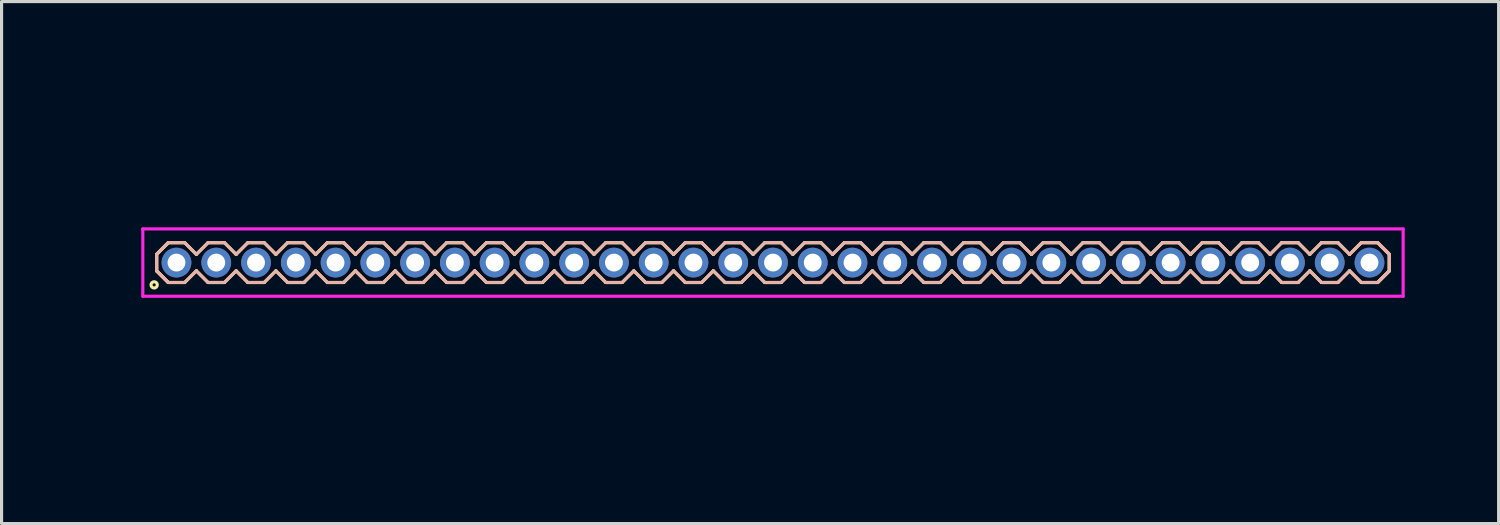
<source format=kicad_pcb>
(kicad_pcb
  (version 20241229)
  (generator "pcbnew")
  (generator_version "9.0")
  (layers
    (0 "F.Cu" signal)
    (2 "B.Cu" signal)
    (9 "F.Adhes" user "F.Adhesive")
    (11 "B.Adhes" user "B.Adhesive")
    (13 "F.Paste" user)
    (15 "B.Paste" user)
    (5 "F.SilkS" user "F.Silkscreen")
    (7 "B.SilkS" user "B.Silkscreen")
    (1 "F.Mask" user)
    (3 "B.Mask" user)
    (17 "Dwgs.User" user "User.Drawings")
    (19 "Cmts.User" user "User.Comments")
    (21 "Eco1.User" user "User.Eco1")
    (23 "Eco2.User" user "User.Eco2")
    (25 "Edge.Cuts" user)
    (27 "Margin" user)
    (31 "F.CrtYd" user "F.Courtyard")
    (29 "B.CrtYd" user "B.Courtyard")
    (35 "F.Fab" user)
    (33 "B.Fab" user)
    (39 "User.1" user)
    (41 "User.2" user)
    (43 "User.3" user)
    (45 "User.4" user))
  (footprint "HDR127P31x1"
    (layer "F.Cu")
    (at 21.636 5.336)
    (property "Reference" "HDR127P31x1" (at -20.875 0 90) (layer "User.1") (effects (font (size 1 1) (thickness 0.1))))
    (attr through_hole)
    (fp_line (start -19.685 -0.263) (end -19.313 -0.635) (stroke (width 0.1) (type solid)) (layer "F.SilkS"))
    (fp_line (start -19.685 -0.263) (end -19.313 -0.635) (stroke (width 0.1) (type solid)) (layer "F.SilkS"))
    (fp_line (start -19.685 0.263) (end -19.685 -0.263) (stroke (width 0.1) (type solid)) (layer "F.SilkS"))
    (fp_line (start -19.685 0.263) (end -19.685 -0.263) (stroke (width 0.1) (type solid)) (layer "F.SilkS"))
    (fp_line (start -19.313 -0.635) (end -18.787 -0.635) (stroke (width 0.1) (type solid)) (layer "F.SilkS"))
    (fp_line (start -19.313 0.635) (end -19.685 0.263) (stroke (width 0.1) (type solid)) (layer "F.SilkS"))
    (fp_line (start -19.313 0.635) (end -19.685 0.263) (stroke (width 0.1) (type solid)) (layer "F.SilkS"))
    (fp_line (start -18.787 -0.635) (end -18.415 -0.263) (stroke (width 0.1) (type solid)) (layer "F.SilkS"))
    (fp_line (start -18.787 0.635) (end -19.313 0.635) (stroke (width 0.1) (type solid)) (layer "F.SilkS"))
    (fp_line (start -18.415 -0.263) (end -18.043 -0.635) (stroke (width 0.1) (type solid)) (layer "F.SilkS"))
    (fp_line (start -18.415 0.263) (end -18.787 0.635) (stroke (width 0.1) (type solid)) (layer "F.SilkS"))
    (fp_line (start -18.043 -0.635) (end -17.517 -0.635) (stroke (width 0.1) (type solid)) (layer "F.SilkS"))
    (fp_line (start -18.043 0.635) (end -18.415 0.263) (stroke (width 0.1) (type solid)) (layer "F.SilkS"))
    (fp_line (start -17.517 -0.635) (end -17.145 -0.263) (stroke (width 0.1) (type solid)) (layer "F.SilkS"))
    (fp_line (start -17.517 0.635) (end -18.043 0.635) (stroke (width 0.1) (type solid)) (layer "F.SilkS"))
    (fp_line (start -17.145 -0.263) (end -16.773 -0.635) (stroke (width 0.1) (type solid)) (layer "F.SilkS"))
    (fp_line (start -17.145 0.263) (end -17.517 0.635) (stroke (width 0.1) (type solid)) (layer "F.SilkS"))
    (fp_line (start -16.773 -0.635) (end -16.247 -0.635) (stroke (width 0.1) (type solid)) (layer "F.SilkS"))
    (fp_line (start -16.773 0.635) (end -17.145 0.263) (stroke (width 0.1) (type solid)) (layer "F.SilkS"))
    (fp_line (start -16.247 -0.635) (end -15.875 -0.263) (stroke (width 0.1) (type solid)) (layer "F.SilkS"))
    (fp_line (start -16.247 0.635) (end -16.773 0.635) (stroke (width 0.1) (type solid)) (layer "F.SilkS"))
    (fp_line (start -15.875 -0.263) (end -15.503 -0.635) (stroke (width 0.1) (type solid)) (layer "F.SilkS"))
    (fp_line (start -15.875 0.263) (end -16.247 0.635) (stroke (width 0.1) (type solid)) (layer "F.SilkS"))
    (fp_line (start -15.503 -0.635) (end -14.977 -0.635) (stroke (width 0.1) (type solid)) (layer "F.SilkS"))
    (fp_line (start -15.503 0.635) (end -15.875 0.263) (stroke (width 0.1) (type solid)) (layer "F.SilkS"))
    (fp_line (start -14.977 -0.635) (end -14.605 -0.263) (stroke (width 0.1) (type solid)) (layer "F.SilkS"))
    (fp_line (start -14.977 0.635) (end -15.503 0.635) (stroke (width 0.1) (type solid)) (layer "F.SilkS"))
    (fp_line (start -14.605 -0.263) (end -14.233 -0.635) (stroke (width 0.1) (type solid)) (layer "F.SilkS"))
    (fp_line (start -14.605 0.263) (end -14.977 0.635) (stroke (width 0.1) (type solid)) (layer "F.SilkS"))
    (fp_line (start -14.233 -0.635) (end -13.707 -0.635) (stroke (width 0.1) (type solid)) (layer "F.SilkS"))
    (fp_line (start -14.233 0.635) (end -14.605 0.263) (stroke (width 0.1) (type solid)) (layer "F.SilkS"))
    (fp_line (start -13.707 -0.635) (end -13.335 -0.263) (stroke (width 0.1) (type solid)) (layer "F.SilkS"))
    (fp_line (start -13.707 0.635) (end -14.233 0.635) (stroke (width 0.1) (type solid)) (layer "F.SilkS"))
    (fp_line (start -13.335 -0.263) (end -12.963 -0.635) (stroke (width 0.1) (type solid)) (layer "F.SilkS"))
    (fp_line (start -13.335 0.263) (end -13.707 0.635) (stroke (width 0.1) (type solid)) (layer "F.SilkS"))
    (fp_line (start -12.963 -0.635) (end -12.437 -0.635) (stroke (width 0.1) (type solid)) (layer "F.SilkS"))
    (fp_line (start -12.963 0.635) (end -13.335 0.263) (stroke (width 0.1) (type solid)) (layer "F.SilkS"))
    (fp_line (start -12.437 -0.635) (end -12.065 -0.263) (stroke (width 0.1) (type solid)) (layer "F.SilkS"))
    (fp_line (start -12.437 0.635) (end -12.963 0.635) (stroke (width 0.1) (type solid)) (layer "F.SilkS"))
    (fp_line (start -12.065 -0.263) (end -11.693 -0.635) (stroke (width 0.1) (type solid)) (layer "F.SilkS"))
    (fp_line (start -12.065 0.263) (end -12.437 0.635) (stroke (width 0.1) (type solid)) (layer "F.SilkS"))
    (fp_line (start -11.693 -0.635) (end -11.167 -0.635) (stroke (width 0.1) (type solid)) (layer "F.SilkS"))
    (fp_line (start -11.693 0.635) (end -12.065 0.263) (stroke (width 0.1) (type solid)) (layer "F.SilkS"))
    (fp_line (start -11.167 -0.635) (end -10.795 -0.263) (stroke (width 0.1) (type solid)) (layer "F.SilkS"))
    (fp_line (start -11.167 0.635) (end -11.693 0.635) (stroke (width 0.1) (type solid)) (layer "F.SilkS"))
    (fp_line (start -10.795 -0.263) (end -10.423 -0.635) (stroke (width 0.1) (type solid)) (layer "F.SilkS"))
    (fp_line (start -10.795 0.263) (end -11.167 0.635) (stroke (width 0.1) (type solid)) (layer "F.SilkS"))
    (fp_line (start -10.423 -0.635) (end -9.897 -0.635) (stroke (width 0.1) (type solid)) (layer "F.SilkS"))
    (fp_line (start -10.423 0.635) (end -10.795 0.263) (stroke (width 0.1) (type solid)) (layer "F.SilkS"))
    (fp_line (start -9.897 -0.635) (end -9.525 -0.263) (stroke (width 0.1) (type solid)) (layer "F.SilkS"))
    (fp_line (start -9.897 0.635) (end -10.423 0.635) (stroke (width 0.1) (type solid)) (layer "F.SilkS"))
    (fp_line (start -9.525 -0.263) (end -9.153 -0.635) (stroke (width 0.1) (type solid)) (layer "F.SilkS"))
    (fp_line (start -9.525 0.263) (end -9.897 0.635) (stroke (width 0.1) (type solid)) (layer "F.SilkS"))
    (fp_line (start -9.153 -0.635) (end -8.627 -0.635) (stroke (width 0.1) (type solid)) (layer "F.SilkS"))
    (fp_line (start -9.153 0.635) (end -9.525 0.263) (stroke (width 0.1) (type solid)) (layer "F.SilkS"))
    (fp_line (start -8.627 -0.635) (end -8.255 -0.263) (stroke (width 0.1) (type solid)) (layer "F.SilkS"))
    (fp_line (start -8.627 0.635) (end -9.153 0.635) (stroke (width 0.1) (type solid)) (layer "F.SilkS"))
    (fp_line (start -8.255 -0.263) (end -7.883 -0.635) (stroke (width 0.1) (type solid)) (layer "F.SilkS"))
    (fp_line (start -8.255 0.263) (end -8.627 0.635) (stroke (width 0.1) (type solid)) (layer "F.SilkS"))
    (fp_line (start -7.883 -0.635) (end -7.357 -0.635) (stroke (width 0.1) (type solid)) (layer "F.SilkS"))
    (fp_line (start -7.883 0.635) (end -8.255 0.263) (stroke (width 0.1) (type solid)) (layer "F.SilkS"))
    (fp_line (start -7.357 -0.635) (end -6.985 -0.263) (stroke (width 0.1) (type solid)) (layer "F.SilkS"))
    (fp_line (start -7.357 0.635) (end -7.883 0.635) (stroke (width 0.1) (type solid)) (layer "F.SilkS"))
    (fp_line (start -6.985 -0.263) (end -6.613 -0.635) (stroke (width 0.1) (type solid)) (layer "F.SilkS"))
    (fp_line (start -6.985 0.263) (end -7.357 0.635) (stroke (width 0.1) (type solid)) (layer "F.SilkS"))
    (fp_line (start -6.613 -0.635) (end -6.087 -0.635) (stroke (width 0.1) (type solid)) (layer "F.SilkS"))
    (fp_line (start -6.613 0.635) (end -6.985 0.263) (stroke (width 0.1) (type solid)) (layer "F.SilkS"))
    (fp_line (start -6.087 -0.635) (end -5.715 -0.263) (stroke (width 0.1) (type solid)) (layer "F.SilkS"))
    (fp_line (start -6.087 0.635) (end -6.613 0.635) (stroke (width 0.1) (type solid)) (layer "F.SilkS"))
    (fp_line (start -5.715 -0.263) (end -5.343 -0.635) (stroke (width 0.1) (type solid)) (layer "F.SilkS"))
    (fp_line (start -5.715 0.263) (end -6.087 0.635) (stroke (width 0.1) (type solid)) (layer "F.SilkS"))
    (fp_line (start -5.343 -0.635) (end -4.817 -0.635) (stroke (width 0.1) (type solid)) (layer "F.SilkS"))
    (fp_line (start -5.343 0.635) (end -5.715 0.263) (stroke (width 0.1) (type solid)) (layer "F.SilkS"))
    (fp_line (start -4.817 -0.635) (end -4.445 -0.263) (stroke (width 0.1) (type solid)) (layer "F.SilkS"))
    (fp_line (start -4.817 0.635) (end -5.343 0.635) (stroke (width 0.1) (type solid)) (layer "F.SilkS"))
    (fp_line (start -4.445 -0.263) (end -4.073 -0.635) (stroke (width 0.1) (type solid)) (layer "F.SilkS"))
    (fp_line (start -4.445 0.263) (end -4.817 0.635) (stroke (width 0.1) (type solid)) (layer "F.SilkS"))
    (fp_line (start -4.073 -0.635) (end -3.547 -0.635) (stroke (width 0.1) (type solid)) (layer "F.SilkS"))
    (fp_line (start -4.073 0.635) (end -4.445 0.263) (stroke (width 0.1) (type solid)) (layer "F.SilkS"))
    (fp_line (start -3.547 -0.635) (end -3.175 -0.263) (stroke (width 0.1) (type solid)) (layer "F.SilkS"))
    (fp_line (start -3.547 0.635) (end -4.073 0.635) (stroke (width 0.1) (type solid)) (layer "F.SilkS"))
    (fp_line (start -3.175 -0.263) (end -2.803 -0.635) (stroke (width 0.1) (type solid)) (layer "F.SilkS"))
    (fp_line (start -3.175 0.263) (end -3.547 0.635) (stroke (width 0.1) (type solid)) (layer "F.SilkS"))
    (fp_line (start -2.803 -0.635) (end -2.277 -0.635) (stroke (width 0.1) (type solid)) (layer "F.SilkS"))
    (fp_line (start -2.803 0.635) (end -3.175 0.263) (stroke (width 0.1) (type solid)) (layer "F.SilkS"))
    (fp_line (start -2.277 -0.635) (end -1.905 -0.263) (stroke (width 0.1) (type solid)) (layer "F.SilkS"))
    (fp_line (start -2.277 0.635) (end -2.803 0.635) (stroke (width 0.1) (type solid)) (layer "F.SilkS"))
    (fp_line (start -1.905 -0.263) (end -1.533 -0.635) (stroke (width 0.1) (type solid)) (layer "F.SilkS"))
    (fp_line (start -1.905 0.263) (end -2.277 0.635) (stroke (width 0.1) (type solid)) (layer "F.SilkS"))
    (fp_line (start -1.533 -0.635) (end -1.007 -0.635) (stroke (width 0.1) (type solid)) (layer "F.SilkS"))
    (fp_line (start -1.533 0.635) (end -1.905 0.263) (stroke (width 0.1) (type solid)) (layer "F.SilkS"))
    (fp_line (start -1.007 -0.635) (end -0.635 -0.263) (stroke (width 0.1) (type solid)) (layer "F.SilkS"))
    (fp_line (start -1.007 0.635) (end -1.533 0.635) (stroke (width 0.1) (type solid)) (layer "F.SilkS"))
    (fp_line (start -0.635 -0.263) (end -0.263 -0.635) (stroke (width 0.1) (type solid)) (layer "F.SilkS"))
    (fp_line (start -0.635 0.263) (end -1.007 0.635) (stroke (width 0.1) (type solid)) (layer "F.SilkS"))
    (fp_line (start -0.263 -0.635) (end 0.263 -0.635) (stroke (width 0.1) (type solid)) (layer "F.SilkS"))
    (fp_line (start -0.263 0.635) (end -0.635 0.263) (stroke (width 0.1) (type solid)) (layer "F.SilkS"))
    (fp_line (start 0.263 -0.635) (end 0.635 -0.263) (stroke (width 0.1) (type solid)) (layer "F.SilkS"))
    (fp_line (start 0.263 0.635) (end -0.263 0.635) (stroke (width 0.1) (type solid)) (layer "F.SilkS"))
    (fp_line (start 0.635 -0.263) (end 1.007 -0.635) (stroke (width 0.1) (type solid)) (layer "F.SilkS"))
    (fp_line (start 0.635 0.263) (end 0.263 0.635) (stroke (width 0.1) (type solid)) (layer "F.SilkS"))
    (fp_line (start 1.007 -0.635) (end 1.533 -0.635) (stroke (width 0.1) (type solid)) (layer "F.SilkS"))
    (fp_line (start 1.007 0.635) (end 0.635 0.263) (stroke (width 0.1) (type solid)) (layer "F.SilkS"))
    (fp_line (start 1.533 -0.635) (end 1.905 -0.263) (stroke (width 0.1) (type solid)) (layer "F.SilkS"))
    (fp_line (start 1.533 0.635) (end 1.007 0.635) (stroke (width 0.1) (type solid)) (layer "F.SilkS"))
    (fp_line (start 1.905 -0.263) (end 2.277 -0.635) (stroke (width 0.1) (type solid)) (layer "F.SilkS"))
    (fp_line (start 1.905 0.263) (end 1.533 0.635) (stroke (width 0.1) (type solid)) (layer "F.SilkS"))
    (fp_line (start 2.277 -0.635) (end 2.803 -0.635) (stroke (width 0.1) (type solid)) (layer "F.SilkS"))
    (fp_line (start 2.277 0.635) (end 1.905 0.263) (stroke (width 0.1) (type solid)) (layer "F.SilkS"))
    (fp_line (start 2.803 -0.635) (end 3.175 -0.263) (stroke (width 0.1) (type solid)) (layer "F.SilkS"))
    (fp_line (start 2.803 0.635) (end 2.277 0.635) (stroke (width 0.1) (type solid)) (layer "F.SilkS"))
    (fp_line (start 3.175 -0.263) (end 3.547 -0.635) (stroke (width 0.1) (type solid)) (layer "F.SilkS"))
    (fp_line (start 3.175 0.263) (end 2.803 0.635) (stroke (width 0.1) (type solid)) (layer "F.SilkS"))
    (fp_line (start 3.547 -0.635) (end 4.073 -0.635) (stroke (width 0.1) (type solid)) (layer "F.SilkS"))
    (fp_line (start 3.547 0.635) (end 3.175 0.263) (stroke (width 0.1) (type solid)) (layer "F.SilkS"))
    (fp_line (start 4.073 -0.635) (end 4.445 -0.263) (stroke (width 0.1) (type solid)) (layer "F.SilkS"))
    (fp_line (start 4.073 0.635) (end 3.547 0.635) (stroke (width 0.1) (type solid)) (layer "F.SilkS"))
    (fp_line (start 4.445 -0.263) (end 4.817 -0.635) (stroke (width 0.1) (type solid)) (layer "F.SilkS"))
    (fp_line (start 4.445 0.263) (end 4.073 0.635) (stroke (width 0.1) (type solid)) (layer "F.SilkS"))
    (fp_line (start 4.817 -0.635) (end 5.343 -0.635) (stroke (width 0.1) (type solid)) (layer "F.SilkS"))
    (fp_line (start 4.817 0.635) (end 4.445 0.263) (stroke (width 0.1) (type solid)) (layer "F.SilkS"))
    (fp_line (start 5.343 -0.635) (end 5.715 -0.263) (stroke (width 0.1) (type solid)) (layer "F.SilkS"))
    (fp_line (start 5.343 0.635) (end 4.817 0.635) (stroke (width 0.1) (type solid)) (layer "F.SilkS"))
    (fp_line (start 5.715 -0.263) (end 6.087 -0.635) (stroke (width 0.1) (type solid)) (layer "F.SilkS"))
    (fp_line (start 5.715 0.263) (end 5.343 0.635) (stroke (width 0.1) (type solid)) (layer "F.SilkS"))
    (fp_line (start 6.087 -0.635) (end 6.613 -0.635) (stroke (width 0.1) (type solid)) (layer "F.SilkS"))
    (fp_line (start 6.087 0.635) (end 5.715 0.263) (stroke (width 0.1) (type solid)) (layer "F.SilkS"))
    (fp_line (start 6.613 -0.635) (end 6.985 -0.263) (stroke (width 0.1) (type solid)) (layer "F.SilkS"))
    (fp_line (start 6.613 0.635) (end 6.087 0.635) (stroke (width 0.1) (type solid)) (layer "F.SilkS"))
    (fp_line (start 6.985 -0.263) (end 7.357 -0.635) (stroke (width 0.1) (type solid)) (layer "F.SilkS"))
    (fp_line (start 6.985 0.263) (end 6.613 0.635) (stroke (width 0.1) (type solid)) (layer "F.SilkS"))
    (fp_line (start 7.357 -0.635) (end 7.883 -0.635) (stroke (width 0.1) (type solid)) (layer "F.SilkS"))
    (fp_line (start 7.357 0.635) (end 6.985 0.263) (stroke (width 0.1) (type solid)) (layer "F.SilkS"))
    (fp_line (start 7.883 -0.635) (end 8.255 -0.263) (stroke (width 0.1) (type solid)) (layer "F.SilkS"))
    (fp_line (start 7.883 0.635) (end 7.357 0.635) (stroke (width 0.1) (type solid)) (layer "F.SilkS"))
    (fp_line (start 8.255 -0.263) (end 8.627 -0.635) (stroke (width 0.1) (type solid)) (layer "F.SilkS"))
    (fp_line (start 8.255 0.263) (end 7.883 0.635) (stroke (width 0.1) (type solid)) (layer "F.SilkS"))
    (fp_line (start 8.627 -0.635) (end 9.153 -0.635) (stroke (width 0.1) (type solid)) (layer "F.SilkS"))
    (fp_line (start 8.627 0.635) (end 8.255 0.263) (stroke (width 0.1) (type solid)) (layer "F.SilkS"))
    (fp_line (start 9.153 -0.635) (end 9.525 -0.263) (stroke (width 0.1) (type solid)) (layer "F.SilkS"))
    (fp_line (start 9.153 0.635) (end 8.627 0.635) (stroke (width 0.1) (type solid)) (layer "F.SilkS"))
    (fp_line (start 9.525 -0.263) (end 9.897 -0.635) (stroke (width 0.1) (type solid)) (layer "F.SilkS"))
    (fp_line (start 9.525 0.263) (end 9.153 0.635) (stroke (width 0.1) (type solid)) (layer "F.SilkS"))
    (fp_line (start 9.897 -0.635) (end 10.423 -0.635) (stroke (width 0.1) (type solid)) (layer "F.SilkS"))
    (fp_line (start 9.897 0.635) (end 9.525 0.263) (stroke (width 0.1) (type solid)) (layer "F.SilkS"))
    (fp_line (start 10.423 -0.635) (end 10.795 -0.263) (stroke (width 0.1) (type solid)) (layer "F.SilkS"))
    (fp_line (start 10.423 0.635) (end 9.897 0.635) (stroke (width 0.1) (type solid)) (layer "F.SilkS"))
    (fp_line (start 10.795 -0.263) (end 11.167 -0.635) (stroke (width 0.1) (type solid)) (layer "F.SilkS"))
    (fp_line (start 10.795 0.263) (end 10.423 0.635) (stroke (width 0.1) (type solid)) (layer "F.SilkS"))
    (fp_line (start 11.167 -0.635) (end 11.693 -0.635) (stroke (width 0.1) (type solid)) (layer "F.SilkS"))
    (fp_line (start 11.167 0.635) (end 10.795 0.263) (stroke (width 0.1) (type solid)) (layer "F.SilkS"))
    (fp_line (start 11.693 -0.635) (end 12.065 -0.263) (stroke (width 0.1) (type solid)) (layer "F.SilkS"))
    (fp_line (start 11.693 0.635) (end 11.167 0.635) (stroke (width 0.1) (type solid)) (layer "F.SilkS"))
    (fp_line (start 12.065 -0.263) (end 12.437 -0.635) (stroke (width 0.1) (type solid)) (layer "F.SilkS"))
    (fp_line (start 12.065 0.263) (end 11.693 0.635) (stroke (width 0.1) (type solid)) (layer "F.SilkS"))
    (fp_line (start 12.437 -0.635) (end 12.963 -0.635) (stroke (width 0.1) (type solid)) (layer "F.SilkS"))
    (fp_line (start 12.437 0.635) (end 12.065 0.263) (stroke (width 0.1) (type solid)) (layer "F.SilkS"))
    (fp_line (start 12.963 -0.635) (end 13.335 -0.263) (stroke (width 0.1) (type solid)) (layer "F.SilkS"))
    (fp_line (start 12.963 0.635) (end 12.437 0.635) (stroke (width 0.1) (type solid)) (layer "F.SilkS"))
    (fp_line (start 13.335 -0.263) (end 13.707 -0.635) (stroke (width 0.1) (type solid)) (layer "F.SilkS"))
    (fp_line (start 13.335 0.263) (end 12.963 0.635) (stroke (width 0.1) (type solid)) (layer "F.SilkS"))
    (fp_line (start 13.707 -0.635) (end 14.233 -0.635) (stroke (width 0.1) (type solid)) (layer "F.SilkS"))
    (fp_line (start 13.707 0.635) (end 13.335 0.263) (stroke (width 0.1) (type solid)) (layer "F.SilkS"))
    (fp_line (start 14.233 -0.635) (end 14.605 -0.263) (stroke (width 0.1) (type solid)) (layer "F.SilkS"))
    (fp_line (start 14.233 0.635) (end 13.707 0.635) (stroke (width 0.1) (type solid)) (layer "F.SilkS"))
    (fp_line (start 14.605 -0.263) (end 14.977 -0.635) (stroke (width 0.1) (type solid)) (layer "F.SilkS"))
    (fp_line (start 14.605 0.263) (end 14.233 0.635) (stroke (width 0.1) (type solid)) (layer "F.SilkS"))
    (fp_line (start 14.977 -0.635) (end 15.503 -0.635) (stroke (width 0.1) (type solid)) (layer "F.SilkS"))
    (fp_line (start 14.977 0.635) (end 14.605 0.263) (stroke (width 0.1) (type solid)) (layer "F.SilkS"))
    (fp_line (start 15.503 -0.635) (end 15.875 -0.263) (stroke (width 0.1) (type solid)) (layer "F.SilkS"))
    (fp_line (start 15.503 0.635) (end 14.977 0.635) (stroke (width 0.1) (type solid)) (layer "F.SilkS"))
    (fp_line (start 15.875 -0.263) (end 16.247 -0.635) (stroke (width 0.1) (type solid)) (layer "F.SilkS"))
    (fp_line (start 15.875 0.263) (end 15.503 0.635) (stroke (width 0.1) (type solid)) (layer "F.SilkS"))
    (fp_line (start 16.247 -0.635) (end 16.773 -0.635) (stroke (width 0.1) (type solid)) (layer "F.SilkS"))
    (fp_line (start 16.247 0.635) (end 15.875 0.263) (stroke (width 0.1) (type solid)) (layer "F.SilkS"))
    (fp_line (start 16.773 -0.635) (end 17.145 -0.263) (stroke (width 0.1) (type solid)) (layer "F.SilkS"))
    (fp_line (start 16.773 0.635) (end 16.247 0.635) (stroke (width 0.1) (type solid)) (layer "F.SilkS"))
    (fp_line (start 17.145 -0.263) (end 17.517 -0.635) (stroke (width 0.1) (type solid)) (layer "F.SilkS"))
    (fp_line (start 17.145 0.263) (end 16.773 0.635) (stroke (width 0.1) (type solid)) (layer "F.SilkS"))
    (fp_line (start 17.517 -0.635) (end 18.043 -0.635) (stroke (width 0.1) (type solid)) (layer "F.SilkS"))
    (fp_line (start 17.517 0.635) (end 17.145 0.263) (stroke (width 0.1) (type solid)) (layer "F.SilkS"))
    (fp_line (start 18.043 -0.635) (end 18.415 -0.263) (stroke (width 0.1) (type solid)) (layer "F.SilkS"))
    (fp_line (start 18.043 0.635) (end 17.517 0.635) (stroke (width 0.1) (type solid)) (layer "F.SilkS"))
    (fp_line (start 18.415 -0.263) (end 18.787 -0.635) (stroke (width 0.1) (type solid)) (layer "F.SilkS"))
    (fp_line (start 18.415 0.263) (end 18.043 0.635) (stroke (width 0.1) (type solid)) (layer "F.SilkS"))
    (fp_line (start 18.787 -0.635) (end 19.313 -0.635) (stroke (width 0.1) (type solid)) (layer "F.SilkS"))
    (fp_line (start 18.787 0.635) (end 18.415 0.263) (stroke (width 0.1) (type solid)) (layer "F.SilkS"))
    (fp_line (start 19.313 -0.635) (end 19.685 -0.263) (stroke (width 0.1) (type solid)) (layer "F.SilkS"))
    (fp_line (start 19.313 -0.635) (end 19.685 -0.263) (stroke (width 0.1) (type solid)) (layer "F.SilkS"))
    (fp_line (start 19.313 0.635) (end 18.787 0.635) (stroke (width 0.1) (type solid)) (layer "F.SilkS"))
    (fp_line (start 19.685 -0.263) (end 19.685 0.263) (stroke (width 0.1) (type solid)) (layer "F.SilkS"))
    (fp_line (start 19.685 -0.263) (end 19.685 0.263) (stroke (width 0.1) (type solid)) (layer "F.SilkS"))
    (fp_line (start 19.685 0.263) (end 19.313 0.635) (stroke (width 0.1) (type solid)) (layer "F.SilkS"))
    (fp_line (start 19.685 0.263) (end 19.313 0.635) (stroke (width 0.1) (type solid)) (layer "F.SilkS"))
    (fp_circle (center -19.763 0.712) (end -19.663 0.712) (stroke (width 0.1) (type solid)) (fill no) (layer "F.SilkS"))
    (fp_line (start -19.685 -0.263) (end -19.313 -0.635) (stroke (width 0.1) (type solid)) (layer "B.SilkS"))
    (fp_line (start -19.685 -0.263) (end -19.313 -0.635) (stroke (width 0.1) (type solid)) (layer "B.SilkS"))
    (fp_line (start -19.685 0.263) (end -19.685 -0.263) (stroke (width 0.1) (type solid)) (layer "B.SilkS"))
    (fp_line (start -19.685 0.263) (end -19.685 -0.263) (stroke (width 0.1) (type solid)) (layer "B.SilkS"))
    (fp_line (start -19.313 -0.635) (end -18.787 -0.635) (stroke (width 0.1) (type solid)) (layer "B.SilkS"))
    (fp_line (start -19.313 0.635) (end -19.685 0.263) (stroke (width 0.1) (type solid)) (layer "B.SilkS"))
    (fp_line (start -19.313 0.635) (end -19.685 0.263) (stroke (width 0.1) (type solid)) (layer "B.SilkS"))
    (fp_line (start -18.787 -0.635) (end -18.415 -0.263) (stroke (width 0.1) (type solid)) (layer "B.SilkS"))
    (fp_line (start -18.787 0.635) (end -19.313 0.635) (stroke (width 0.1) (type solid)) (layer "B.SilkS"))
    (fp_line (start -18.415 -0.263) (end -18.043 -0.635) (stroke (width 0.1) (type solid)) (layer "B.SilkS"))
    (fp_line (start -18.415 0.263) (end -18.787 0.635) (stroke (width 0.1) (type solid)) (layer "B.SilkS"))
    (fp_line (start -18.043 -0.635) (end -17.517 -0.635) (stroke (width 0.1) (type solid)) (layer "B.SilkS"))
    (fp_line (start -18.043 0.635) (end -18.415 0.263) (stroke (width 0.1) (type solid)) (layer "B.SilkS"))
    (fp_line (start -17.517 -0.635) (end -17.145 -0.263) (stroke (width 0.1) (type solid)) (layer "B.SilkS"))
    (fp_line (start -17.517 0.635) (end -18.043 0.635) (stroke (width 0.1) (type solid)) (layer "B.SilkS"))
    (fp_line (start -17.145 -0.263) (end -16.773 -0.635) (stroke (width 0.1) (type solid)) (layer "B.SilkS"))
    (fp_line (start -17.145 0.263) (end -17.517 0.635) (stroke (width 0.1) (type solid)) (layer "B.SilkS"))
    (fp_line (start -16.773 -0.635) (end -16.247 -0.635) (stroke (width 0.1) (type solid)) (layer "B.SilkS"))
    (fp_line (start -16.773 0.635) (end -17.145 0.263) (stroke (width 0.1) (type solid)) (layer "B.SilkS"))
    (fp_line (start -16.247 -0.635) (end -15.875 -0.263) (stroke (width 0.1) (type solid)) (layer "B.SilkS"))
    (fp_line (start -16.247 0.635) (end -16.773 0.635) (stroke (width 0.1) (type solid)) (layer "B.SilkS"))
    (fp_line (start -15.875 -0.263) (end -15.503 -0.635) (stroke (width 0.1) (type solid)) (layer "B.SilkS"))
    (fp_line (start -15.875 0.263) (end -16.247 0.635) (stroke (width 0.1) (type solid)) (layer "B.SilkS"))
    (fp_line (start -15.503 -0.635) (end -14.977 -0.635) (stroke (width 0.1) (type solid)) (layer "B.SilkS"))
    (fp_line (start -15.503 0.635) (end -15.875 0.263) (stroke (width 0.1) (type solid)) (layer "B.SilkS"))
    (fp_line (start -14.977 -0.635) (end -14.605 -0.263) (stroke (width 0.1) (type solid)) (layer "B.SilkS"))
    (fp_line (start -14.977 0.635) (end -15.503 0.635) (stroke (width 0.1) (type solid)) (layer "B.SilkS"))
    (fp_line (start -14.605 -0.263) (end -14.233 -0.635) (stroke (width 0.1) (type solid)) (layer "B.SilkS"))
    (fp_line (start -14.605 0.263) (end -14.977 0.635) (stroke (width 0.1) (type solid)) (layer "B.SilkS"))
    (fp_line (start -14.233 -0.635) (end -13.707 -0.635) (stroke (width 0.1) (type solid)) (layer "B.SilkS"))
    (fp_line (start -14.233 0.635) (end -14.605 0.263) (stroke (width 0.1) (type solid)) (layer "B.SilkS"))
    (fp_line (start -13.707 -0.635) (end -13.335 -0.263) (stroke (width 0.1) (type solid)) (layer "B.SilkS"))
    (fp_line (start -13.707 0.635) (end -14.233 0.635) (stroke (width 0.1) (type solid)) (layer "B.SilkS"))
    (fp_line (start -13.335 -0.263) (end -12.963 -0.635) (stroke (width 0.1) (type solid)) (layer "B.SilkS"))
    (fp_line (start -13.335 0.263) (end -13.707 0.635) (stroke (width 0.1) (type solid)) (layer "B.SilkS"))
    (fp_line (start -12.963 -0.635) (end -12.437 -0.635) (stroke (width 0.1) (type solid)) (layer "B.SilkS"))
    (fp_line (start -12.963 0.635) (end -13.335 0.263) (stroke (width 0.1) (type solid)) (layer "B.SilkS"))
    (fp_line (start -12.437 -0.635) (end -12.065 -0.263) (stroke (width 0.1) (type solid)) (layer "B.SilkS"))
    (fp_line (start -12.437 0.635) (end -12.963 0.635) (stroke (width 0.1) (type solid)) (layer "B.SilkS"))
    (fp_line (start -12.065 -0.263) (end -11.693 -0.635) (stroke (width 0.1) (type solid)) (layer "B.SilkS"))
    (fp_line (start -12.065 0.263) (end -12.437 0.635) (stroke (width 0.1) (type solid)) (layer "B.SilkS"))
    (fp_line (start -11.693 -0.635) (end -11.167 -0.635) (stroke (width 0.1) (type solid)) (layer "B.SilkS"))
    (fp_line (start -11.693 0.635) (end -12.065 0.263) (stroke (width 0.1) (type solid)) (layer "B.SilkS"))
    (fp_line (start -11.167 -0.635) (end -10.795 -0.263) (stroke (width 0.1) (type solid)) (layer "B.SilkS"))
    (fp_line (start -11.167 0.635) (end -11.693 0.635) (stroke (width 0.1) (type solid)) (layer "B.SilkS"))
    (fp_line (start -10.795 -0.263) (end -10.423 -0.635) (stroke (width 0.1) (type solid)) (layer "B.SilkS"))
    (fp_line (start -10.795 0.263) (end -11.167 0.635) (stroke (width 0.1) (type solid)) (layer "B.SilkS"))
    (fp_line (start -10.423 -0.635) (end -9.897 -0.635) (stroke (width 0.1) (type solid)) (layer "B.SilkS"))
    (fp_line (start -10.423 0.635) (end -10.795 0.263) (stroke (width 0.1) (type solid)) (layer "B.SilkS"))
    (fp_line (start -9.897 -0.635) (end -9.525 -0.263) (stroke (width 0.1) (type solid)) (layer "B.SilkS"))
    (fp_line (start -9.897 0.635) (end -10.423 0.635) (stroke (width 0.1) (type solid)) (layer "B.SilkS"))
    (fp_line (start -9.525 -0.263) (end -9.153 -0.635) (stroke (width 0.1) (type solid)) (layer "B.SilkS"))
    (fp_line (start -9.525 0.263) (end -9.897 0.635) (stroke (width 0.1) (type solid)) (layer "B.SilkS"))
    (fp_line (start -9.153 -0.635) (end -8.627 -0.635) (stroke (width 0.1) (type solid)) (layer "B.SilkS"))
    (fp_line (start -9.153 0.635) (end -9.525 0.263) (stroke (width 0.1) (type solid)) (layer "B.SilkS"))
    (fp_line (start -8.627 -0.635) (end -8.255 -0.263) (stroke (width 0.1) (type solid)) (layer "B.SilkS"))
    (fp_line (start -8.627 0.635) (end -9.153 0.635) (stroke (width 0.1) (type solid)) (layer "B.SilkS"))
    (fp_line (start -8.255 -0.263) (end -7.883 -0.635) (stroke (width 0.1) (type solid)) (layer "B.SilkS"))
    (fp_line (start -8.255 0.263) (end -8.627 0.635) (stroke (width 0.1) (type solid)) (layer "B.SilkS"))
    (fp_line (start -7.883 -0.635) (end -7.357 -0.635) (stroke (width 0.1) (type solid)) (layer "B.SilkS"))
    (fp_line (start -7.883 0.635) (end -8.255 0.263) (stroke (width 0.1) (type solid)) (layer "B.SilkS"))
    (fp_line (start -7.357 -0.635) (end -6.985 -0.263) (stroke (width 0.1) (type solid)) (layer "B.SilkS"))
    (fp_line (start -7.357 0.635) (end -7.883 0.635) (stroke (width 0.1) (type solid)) (layer "B.SilkS"))
    (fp_line (start -6.985 -0.263) (end -6.613 -0.635) (stroke (width 0.1) (type solid)) (layer "B.SilkS"))
    (fp_line (start -6.985 0.263) (end -7.357 0.635) (stroke (width 0.1) (type solid)) (layer "B.SilkS"))
    (fp_line (start -6.613 -0.635) (end -6.087 -0.635) (stroke (width 0.1) (type solid)) (layer "B.SilkS"))
    (fp_line (start -6.613 0.635) (end -6.985 0.263) (stroke (width 0.1) (type solid)) (layer "B.SilkS"))
    (fp_line (start -6.087 -0.635) (end -5.715 -0.263) (stroke (width 0.1) (type solid)) (layer "B.SilkS"))
    (fp_line (start -6.087 0.635) (end -6.613 0.635) (stroke (width 0.1) (type solid)) (layer "B.SilkS"))
    (fp_line (start -5.715 -0.263) (end -5.343 -0.635) (stroke (width 0.1) (type solid)) (layer "B.SilkS"))
    (fp_line (start -5.715 0.263) (end -6.087 0.635) (stroke (width 0.1) (type solid)) (layer "B.SilkS"))
    (fp_line (start -5.343 -0.635) (end -4.817 -0.635) (stroke (width 0.1) (type solid)) (layer "B.SilkS"))
    (fp_line (start -5.343 0.635) (end -5.715 0.263) (stroke (width 0.1) (type solid)) (layer "B.SilkS"))
    (fp_line (start -4.817 -0.635) (end -4.445 -0.263) (stroke (width 0.1) (type solid)) (layer "B.SilkS"))
    (fp_line (start -4.817 0.635) (end -5.343 0.635) (stroke (width 0.1) (type solid)) (layer "B.SilkS"))
    (fp_line (start -4.445 -0.263) (end -4.073 -0.635) (stroke (width 0.1) (type solid)) (layer "B.SilkS"))
    (fp_line (start -4.445 0.263) (end -4.817 0.635) (stroke (width 0.1) (type solid)) (layer "B.SilkS"))
    (fp_line (start -4.073 -0.635) (end -3.547 -0.635) (stroke (width 0.1) (type solid)) (layer "B.SilkS"))
    (fp_line (start -4.073 0.635) (end -4.445 0.263) (stroke (width 0.1) (type solid)) (layer "B.SilkS"))
    (fp_line (start -3.547 -0.635) (end -3.175 -0.263) (stroke (width 0.1) (type solid)) (layer "B.SilkS"))
    (fp_line (start -3.547 0.635) (end -4.073 0.635) (stroke (width 0.1) (type solid)) (layer "B.SilkS"))
    (fp_line (start -3.175 -0.263) (end -2.803 -0.635) (stroke (width 0.1) (type solid)) (layer "B.SilkS"))
    (fp_line (start -3.175 0.263) (end -3.547 0.635) (stroke (width 0.1) (type solid)) (layer "B.SilkS"))
    (fp_line (start -2.803 -0.635) (end -2.277 -0.635) (stroke (width 0.1) (type solid)) (layer "B.SilkS"))
    (fp_line (start -2.803 0.635) (end -3.175 0.263) (stroke (width 0.1) (type solid)) (layer "B.SilkS"))
    (fp_line (start -2.277 -0.635) (end -1.905 -0.263) (stroke (width 0.1) (type solid)) (layer "B.SilkS"))
    (fp_line (start -2.277 0.635) (end -2.803 0.635) (stroke (width 0.1) (type solid)) (layer "B.SilkS"))
    (fp_line (start -1.905 -0.263) (end -1.533 -0.635) (stroke (width 0.1) (type solid)) (layer "B.SilkS"))
    (fp_line (start -1.905 0.263) (end -2.277 0.635) (stroke (width 0.1) (type solid)) (layer "B.SilkS"))
    (fp_line (start -1.533 -0.635) (end -1.007 -0.635) (stroke (width 0.1) (type solid)) (layer "B.SilkS"))
    (fp_line (start -1.533 0.635) (end -1.905 0.263) (stroke (width 0.1) (type solid)) (layer "B.SilkS"))
    (fp_line (start -1.007 -0.635) (end -0.635 -0.263) (stroke (width 0.1) (type solid)) (layer "B.SilkS"))
    (fp_line (start -1.007 0.635) (end -1.533 0.635) (stroke (width 0.1) (type solid)) (layer "B.SilkS"))
    (fp_line (start -0.635 -0.263) (end -0.263 -0.635) (stroke (width 0.1) (type solid)) (layer "B.SilkS"))
    (fp_line (start -0.635 0.263) (end -1.007 0.635) (stroke (width 0.1) (type solid)) (layer "B.SilkS"))
    (fp_line (start -0.263 -0.635) (end 0.263 -0.635) (stroke (width 0.1) (type solid)) (layer "B.SilkS"))
    (fp_line (start -0.263 0.635) (end -0.635 0.263) (stroke (width 0.1) (type solid)) (layer "B.SilkS"))
    (fp_line (start 0.263 -0.635) (end 0.635 -0.263) (stroke (width 0.1) (type solid)) (layer "B.SilkS"))
    (fp_line (start 0.263 0.635) (end -0.263 0.635) (stroke (width 0.1) (type solid)) (layer "B.SilkS"))
    (fp_line (start 0.635 -0.263) (end 1.007 -0.635) (stroke (width 0.1) (type solid)) (layer "B.SilkS"))
    (fp_line (start 0.635 0.263) (end 0.263 0.635) (stroke (width 0.1) (type solid)) (layer "B.SilkS"))
    (fp_line (start 1.007 -0.635) (end 1.533 -0.635) (stroke (width 0.1) (type solid)) (layer "B.SilkS"))
    (fp_line (start 1.007 0.635) (end 0.635 0.263) (stroke (width 0.1) (type solid)) (layer "B.SilkS"))
    (fp_line (start 1.533 -0.635) (end 1.905 -0.263) (stroke (width 0.1) (type solid)) (layer "B.SilkS"))
    (fp_line (start 1.533 0.635) (end 1.007 0.635) (stroke (width 0.1) (type solid)) (layer "B.SilkS"))
    (fp_line (start 1.905 -0.263) (end 2.277 -0.635) (stroke (width 0.1) (type solid)) (layer "B.SilkS"))
    (fp_line (start 1.905 0.263) (end 1.533 0.635) (stroke (width 0.1) (type solid)) (layer "B.SilkS"))
    (fp_line (start 2.277 -0.635) (end 2.803 -0.635) (stroke (width 0.1) (type solid)) (layer "B.SilkS"))
    (fp_line (start 2.277 0.635) (end 1.905 0.263) (stroke (width 0.1) (type solid)) (layer "B.SilkS"))
    (fp_line (start 2.803 -0.635) (end 3.175 -0.263) (stroke (width 0.1) (type solid)) (layer "B.SilkS"))
    (fp_line (start 2.803 0.635) (end 2.277 0.635) (stroke (width 0.1) (type solid)) (layer "B.SilkS"))
    (fp_line (start 3.175 -0.263) (end 3.547 -0.635) (stroke (width 0.1) (type solid)) (layer "B.SilkS"))
    (fp_line (start 3.175 0.263) (end 2.803 0.635) (stroke (width 0.1) (type solid)) (layer "B.SilkS"))
    (fp_line (start 3.547 -0.635) (end 4.073 -0.635) (stroke (width 0.1) (type solid)) (layer "B.SilkS"))
    (fp_line (start 3.547 0.635) (end 3.175 0.263) (stroke (width 0.1) (type solid)) (layer "B.SilkS"))
    (fp_line (start 4.073 -0.635) (end 4.445 -0.263) (stroke (width 0.1) (type solid)) (layer "B.SilkS"))
    (fp_line (start 4.073 0.635) (end 3.547 0.635) (stroke (width 0.1) (type solid)) (layer "B.SilkS"))
    (fp_line (start 4.445 -0.263) (end 4.817 -0.635) (stroke (width 0.1) (type solid)) (layer "B.SilkS"))
    (fp_line (start 4.445 0.263) (end 4.073 0.635) (stroke (width 0.1) (type solid)) (layer "B.SilkS"))
    (fp_line (start 4.817 -0.635) (end 5.343 -0.635) (stroke (width 0.1) (type solid)) (layer "B.SilkS"))
    (fp_line (start 4.817 0.635) (end 4.445 0.263) (stroke (width 0.1) (type solid)) (layer "B.SilkS"))
    (fp_line (start 5.343 -0.635) (end 5.715 -0.263) (stroke (width 0.1) (type solid)) (layer "B.SilkS"))
    (fp_line (start 5.343 0.635) (end 4.817 0.635) (stroke (width 0.1) (type solid)) (layer "B.SilkS"))
    (fp_line (start 5.715 -0.263) (end 6.087 -0.635) (stroke (width 0.1) (type solid)) (layer "B.SilkS"))
    (fp_line (start 5.715 0.263) (end 5.343 0.635) (stroke (width 0.1) (type solid)) (layer "B.SilkS"))
    (fp_line (start 6.087 -0.635) (end 6.613 -0.635) (stroke (width 0.1) (type solid)) (layer "B.SilkS"))
    (fp_line (start 6.087 0.635) (end 5.715 0.263) (stroke (width 0.1) (type solid)) (layer "B.SilkS"))
    (fp_line (start 6.613 -0.635) (end 6.985 -0.263) (stroke (width 0.1) (type solid)) (layer "B.SilkS"))
    (fp_line (start 6.613 0.635) (end 6.087 0.635) (stroke (width 0.1) (type solid)) (layer "B.SilkS"))
    (fp_line (start 6.985 -0.263) (end 7.357 -0.635) (stroke (width 0.1) (type solid)) (layer "B.SilkS"))
    (fp_line (start 6.985 0.263) (end 6.613 0.635) (stroke (width 0.1) (type solid)) (layer "B.SilkS"))
    (fp_line (start 7.357 -0.635) (end 7.883 -0.635) (stroke (width 0.1) (type solid)) (layer "B.SilkS"))
    (fp_line (start 7.357 0.635) (end 6.985 0.263) (stroke (width 0.1) (type solid)) (layer "B.SilkS"))
    (fp_line (start 7.883 -0.635) (end 8.255 -0.263) (stroke (width 0.1) (type solid)) (layer "B.SilkS"))
    (fp_line (start 7.883 0.635) (end 7.357 0.635) (stroke (width 0.1) (type solid)) (layer "B.SilkS"))
    (fp_line (start 8.255 -0.263) (end 8.627 -0.635) (stroke (width 0.1) (type solid)) (layer "B.SilkS"))
    (fp_line (start 8.255 0.263) (end 7.883 0.635) (stroke (width 0.1) (type solid)) (layer "B.SilkS"))
    (fp_line (start 8.627 -0.635) (end 9.153 -0.635) (stroke (width 0.1) (type solid)) (layer "B.SilkS"))
    (fp_line (start 8.627 0.635) (end 8.255 0.263) (stroke (width 0.1) (type solid)) (layer "B.SilkS"))
    (fp_line (start 9.153 -0.635) (end 9.525 -0.263) (stroke (width 0.1) (type solid)) (layer "B.SilkS"))
    (fp_line (start 9.153 0.635) (end 8.627 0.635) (stroke (width 0.1) (type solid)) (layer "B.SilkS"))
    (fp_line (start 9.525 -0.263) (end 9.897 -0.635) (stroke (width 0.1) (type solid)) (layer "B.SilkS"))
    (fp_line (start 9.525 0.263) (end 9.153 0.635) (stroke (width 0.1) (type solid)) (layer "B.SilkS"))
    (fp_line (start 9.897 -0.635) (end 10.423 -0.635) (stroke (width 0.1) (type solid)) (layer "B.SilkS"))
    (fp_line (start 9.897 0.635) (end 9.525 0.263) (stroke (width 0.1) (type solid)) (layer "B.SilkS"))
    (fp_line (start 10.423 -0.635) (end 10.795 -0.263) (stroke (width 0.1) (type solid)) (layer "B.SilkS"))
    (fp_line (start 10.423 0.635) (end 9.897 0.635) (stroke (width 0.1) (type solid)) (layer "B.SilkS"))
    (fp_line (start 10.795 -0.263) (end 11.167 -0.635) (stroke (width 0.1) (type solid)) (layer "B.SilkS"))
    (fp_line (start 10.795 0.263) (end 10.423 0.635) (stroke (width 0.1) (type solid)) (layer "B.SilkS"))
    (fp_line (start 11.167 -0.635) (end 11.693 -0.635) (stroke (width 0.1) (type solid)) (layer "B.SilkS"))
    (fp_line (start 11.167 0.635) (end 10.795 0.263) (stroke (width 0.1) (type solid)) (layer "B.SilkS"))
    (fp_line (start 11.693 -0.635) (end 12.065 -0.263) (stroke (width 0.1) (type solid)) (layer "B.SilkS"))
    (fp_line (start 11.693 0.635) (end 11.167 0.635) (stroke (width 0.1) (type solid)) (layer "B.SilkS"))
    (fp_line (start 12.065 -0.263) (end 12.437 -0.635) (stroke (width 0.1) (type solid)) (layer "B.SilkS"))
    (fp_line (start 12.065 0.263) (end 11.693 0.635) (stroke (width 0.1) (type solid)) (layer "B.SilkS"))
    (fp_line (start 12.437 -0.635) (end 12.963 -0.635) (stroke (width 0.1) (type solid)) (layer "B.SilkS"))
    (fp_line (start 12.437 0.635) (end 12.065 0.263) (stroke (width 0.1) (type solid)) (layer "B.SilkS"))
    (fp_line (start 12.963 -0.635) (end 13.335 -0.263) (stroke (width 0.1) (type solid)) (layer "B.SilkS"))
    (fp_line (start 12.963 0.635) (end 12.437 0.635) (stroke (width 0.1) (type solid)) (layer "B.SilkS"))
    (fp_line (start 13.335 -0.263) (end 13.707 -0.635) (stroke (width 0.1) (type solid)) (layer "B.SilkS"))
    (fp_line (start 13.335 0.263) (end 12.963 0.635) (stroke (width 0.1) (type solid)) (layer "B.SilkS"))
    (fp_line (start 13.707 -0.635) (end 14.233 -0.635) (stroke (width 0.1) (type solid)) (layer "B.SilkS"))
    (fp_line (start 13.707 0.635) (end 13.335 0.263) (stroke (width 0.1) (type solid)) (layer "B.SilkS"))
    (fp_line (start 14.233 -0.635) (end 14.605 -0.263) (stroke (width 0.1) (type solid)) (layer "B.SilkS"))
    (fp_line (start 14.233 0.635) (end 13.707 0.635) (stroke (width 0.1) (type solid)) (layer "B.SilkS"))
    (fp_line (start 14.605 -0.263) (end 14.977 -0.635) (stroke (width 0.1) (type solid)) (layer "B.SilkS"))
    (fp_line (start 14.605 0.263) (end 14.233 0.635) (stroke (width 0.1) (type solid)) (layer "B.SilkS"))
    (fp_line (start 14.977 -0.635) (end 15.503 -0.635) (stroke (width 0.1) (type solid)) (layer "B.SilkS"))
    (fp_line (start 14.977 0.635) (end 14.605 0.263) (stroke (width 0.1) (type solid)) (layer "B.SilkS"))
    (fp_line (start 15.503 -0.635) (end 15.875 -0.263) (stroke (width 0.1) (type solid)) (layer "B.SilkS"))
    (fp_line (start 15.503 0.635) (end 14.977 0.635) (stroke (width 0.1) (type solid)) (layer "B.SilkS"))
    (fp_line (start 15.875 -0.263) (end 16.247 -0.635) (stroke (width 0.1) (type solid)) (layer "B.SilkS"))
    (fp_line (start 15.875 0.263) (end 15.503 0.635) (stroke (width 0.1) (type solid)) (layer "B.SilkS"))
    (fp_line (start 16.247 -0.635) (end 16.773 -0.635) (stroke (width 0.1) (type solid)) (layer "B.SilkS"))
    (fp_line (start 16.247 0.635) (end 15.875 0.263) (stroke (width 0.1) (type solid)) (layer "B.SilkS"))
    (fp_line (start 16.773 -0.635) (end 17.145 -0.263) (stroke (width 0.1) (type solid)) (layer "B.SilkS"))
    (fp_line (start 16.773 0.635) (end 16.247 0.635) (stroke (width 0.1) (type solid)) (layer "B.SilkS"))
    (fp_line (start 17.145 -0.263) (end 17.517 -0.635) (stroke (width 0.1) (type solid)) (layer "B.SilkS"))
    (fp_line (start 17.145 0.263) (end 16.773 0.635) (stroke (width 0.1) (type solid)) (layer "B.SilkS"))
    (fp_line (start 17.517 -0.635) (end 18.043 -0.635) (stroke (width 0.1) (type solid)) (layer "B.SilkS"))
    (fp_line (start 17.517 0.635) (end 17.145 0.263) (stroke (width 0.1) (type solid)) (layer "B.SilkS"))
    (fp_line (start 18.043 -0.635) (end 18.415 -0.263) (stroke (width 0.1) (type solid)) (layer "B.SilkS"))
    (fp_line (start 18.043 0.635) (end 17.517 0.635) (stroke (width 0.1) (type solid)) (layer "B.SilkS"))
    (fp_line (start 18.415 -0.263) (end 18.787 -0.635) (stroke (width 0.1) (type solid)) (layer "B.SilkS"))
    (fp_line (start 18.415 0.263) (end 18.043 0.635) (stroke (width 0.1) (type solid)) (layer "B.SilkS"))
    (fp_line (start 18.787 -0.635) (end 19.313 -0.635) (stroke (width 0.1) (type solid)) (layer "B.SilkS"))
    (fp_line (start 18.787 0.635) (end 18.415 0.263) (stroke (width 0.1) (type solid)) (layer "B.SilkS"))
    (fp_line (start 19.313 -0.635) (end 19.685 -0.263) (stroke (width 0.1) (type solid)) (layer "B.SilkS"))
    (fp_line (start 19.313 -0.635) (end 19.685 -0.263) (stroke (width 0.1) (type solid)) (layer "B.SilkS"))
    (fp_line (start 19.313 0.635) (end 18.787 0.635) (stroke (width 0.1) (type solid)) (layer "B.SilkS"))
    (fp_line (start 19.685 -0.263) (end 19.685 0.263) (stroke (width 0.1) (type solid)) (layer "B.SilkS"))
    (fp_line (start 19.685 -0.263) (end 19.685 0.263) (stroke (width 0.1) (type solid)) (layer "B.SilkS"))
    (fp_line (start 19.685 0.263) (end 19.313 0.635) (stroke (width 0.1) (type solid)) (layer "B.SilkS"))
    (fp_line (start 19.685 0.263) (end 19.313 0.635) (stroke (width 0.1) (type solid)) (layer "B.SilkS"))
    (fp_line (start -20.125 -1.075) (end -20.125 1.075) (stroke (width 0.1) (type solid)) (layer "F.CrtYd"))
    (fp_line (start -20.125 1.075) (end 20.125 1.075) (stroke (width 0.1) (type solid)) (layer "F.CrtYd"))
    (fp_line (start 20.125 -1.075) (end -20.125 -1.075) (stroke (width 0.1) (type solid)) (layer "F.CrtYd"))
    (fp_line (start 20.125 1.075) (end 20.125 -1.075) (stroke (width 0.1) (type solid)) (layer "F.CrtYd"))
    (pad "1" thru_hole oval (at -19.05 0) (size 0.95 0.95) (drill 0.57) (layers "*.Cu" "*.Mask"))
    (pad "2" thru_hole oval (at -17.78 0) (size 0.95 0.95) (drill 0.57) (layers "*.Cu" "*.Mask"))
    (pad "3" thru_hole oval (at -16.51 0) (size 0.95 0.95) (drill 0.57) (layers "*.Cu" "*.Mask"))
    (pad "4" thru_hole oval (at -15.24 0) (size 0.95 0.95) (drill 0.57) (layers "*.Cu" "*.Mask"))
    (pad "5" thru_hole oval (at -13.97 0) (size 0.95 0.95) (drill 0.57) (layers "*.Cu" "*.Mask"))
    (pad "6" thru_hole oval (at -12.7 0) (size 0.95 0.95) (drill 0.57) (layers "*.Cu" "*.Mask"))
    (pad "7" thru_hole oval (at -11.43 0) (size 0.95 0.95) (drill 0.57) (layers "*.Cu" "*.Mask"))
    (pad "8" thru_hole oval (at -10.16 0) (size 0.95 0.95) (drill 0.57) (layers "*.Cu" "*.Mask"))
    (pad "9" thru_hole oval (at -8.89 0) (size 0.95 0.95) (drill 0.57) (layers "*.Cu" "*.Mask"))
    (pad "10" thru_hole oval (at -7.62 0) (size 0.95 0.95) (drill 0.57) (layers "*.Cu" "*.Mask"))
    (pad "11" thru_hole oval (at -6.35 0) (size 0.95 0.95) (drill 0.57) (layers "*.Cu" "*.Mask"))
    (pad "12" thru_hole oval (at -5.08 0) (size 0.95 0.95) (drill 0.57) (layers "*.Cu" "*.Mask"))
    (pad "13" thru_hole oval (at -3.81 0) (size 0.95 0.95) (drill 0.57) (layers "*.Cu" "*.Mask"))
    (pad "14" thru_hole oval (at -2.54 0) (size 0.95 0.95) (drill 0.57) (layers "*.Cu" "*.Mask"))
    (pad "15" thru_hole oval (at -1.27 0) (size 0.95 0.95) (drill 0.57) (layers "*.Cu" "*.Mask"))
    (pad "16" thru_hole oval (at 0 0) (size 0.95 0.95) (drill 0.57) (layers "*.Cu" "*.Mask"))
    (pad "17" thru_hole oval (at 1.27 0) (size 0.95 0.95) (drill 0.57) (layers "*.Cu" "*.Mask"))
    (pad "18" thru_hole oval (at 2.54 0) (size 0.95 0.95) (drill 0.57) (layers "*.Cu" "*.Mask"))
    (pad "19" thru_hole oval (at 3.81 0) (size 0.95 0.95) (drill 0.57) (layers "*.Cu" "*.Mask"))
    (pad "20" thru_hole oval (at 5.08 0) (size 0.95 0.95) (drill 0.57) (layers "*.Cu" "*.Mask"))
    (pad "21" thru_hole oval (at 6.35 0) (size 0.95 0.95) (drill 0.57) (layers "*.Cu" "*.Mask"))
    (pad "22" thru_hole oval (at 7.62 0) (size 0.95 0.95) (drill 0.57) (layers "*.Cu" "*.Mask"))
    (pad "23" thru_hole oval (at 8.89 0) (size 0.95 0.95) (drill 0.57) (layers "*.Cu" "*.Mask"))
    (pad "24" thru_hole oval (at 10.16 0) (size 0.95 0.95) (drill 0.57) (layers "*.Cu" "*.Mask"))
    (pad "25" thru_hole oval (at 11.43 0) (size 0.95 0.95) (drill 0.57) (layers "*.Cu" "*.Mask"))
    (pad "26" thru_hole oval (at 12.7 0) (size 0.95 0.95) (drill 0.57) (layers "*.Cu" "*.Mask"))
    (pad "27" thru_hole oval (at 13.97 0) (size 0.95 0.95) (drill 0.57) (layers "*.Cu" "*.Mask"))
    (pad "28" thru_hole oval (at 15.24 0) (size 0.95 0.95) (drill 0.57) (layers "*.Cu" "*.Mask"))
    (pad "29" thru_hole oval (at 16.51 0) (size 0.95 0.95) (drill 0.57) (layers "*.Cu" "*.Mask"))
    (pad "30" thru_hole oval (at 17.78 0) (size 0.95 0.95) (drill 0.57) (layers "*.Cu" "*.Mask"))
    (pad "31" thru_hole oval (at 19.05 0) (size 0.95 0.95) (drill 0.57) (layers "*.Cu" "*.Mask")))
  (gr_rect
    (start -3 -3)
    (end 44.81 13.671)
    (stroke (width 0.1) (type default))
    (fill no)
    (layer "Edge.Cuts")))
</source>
